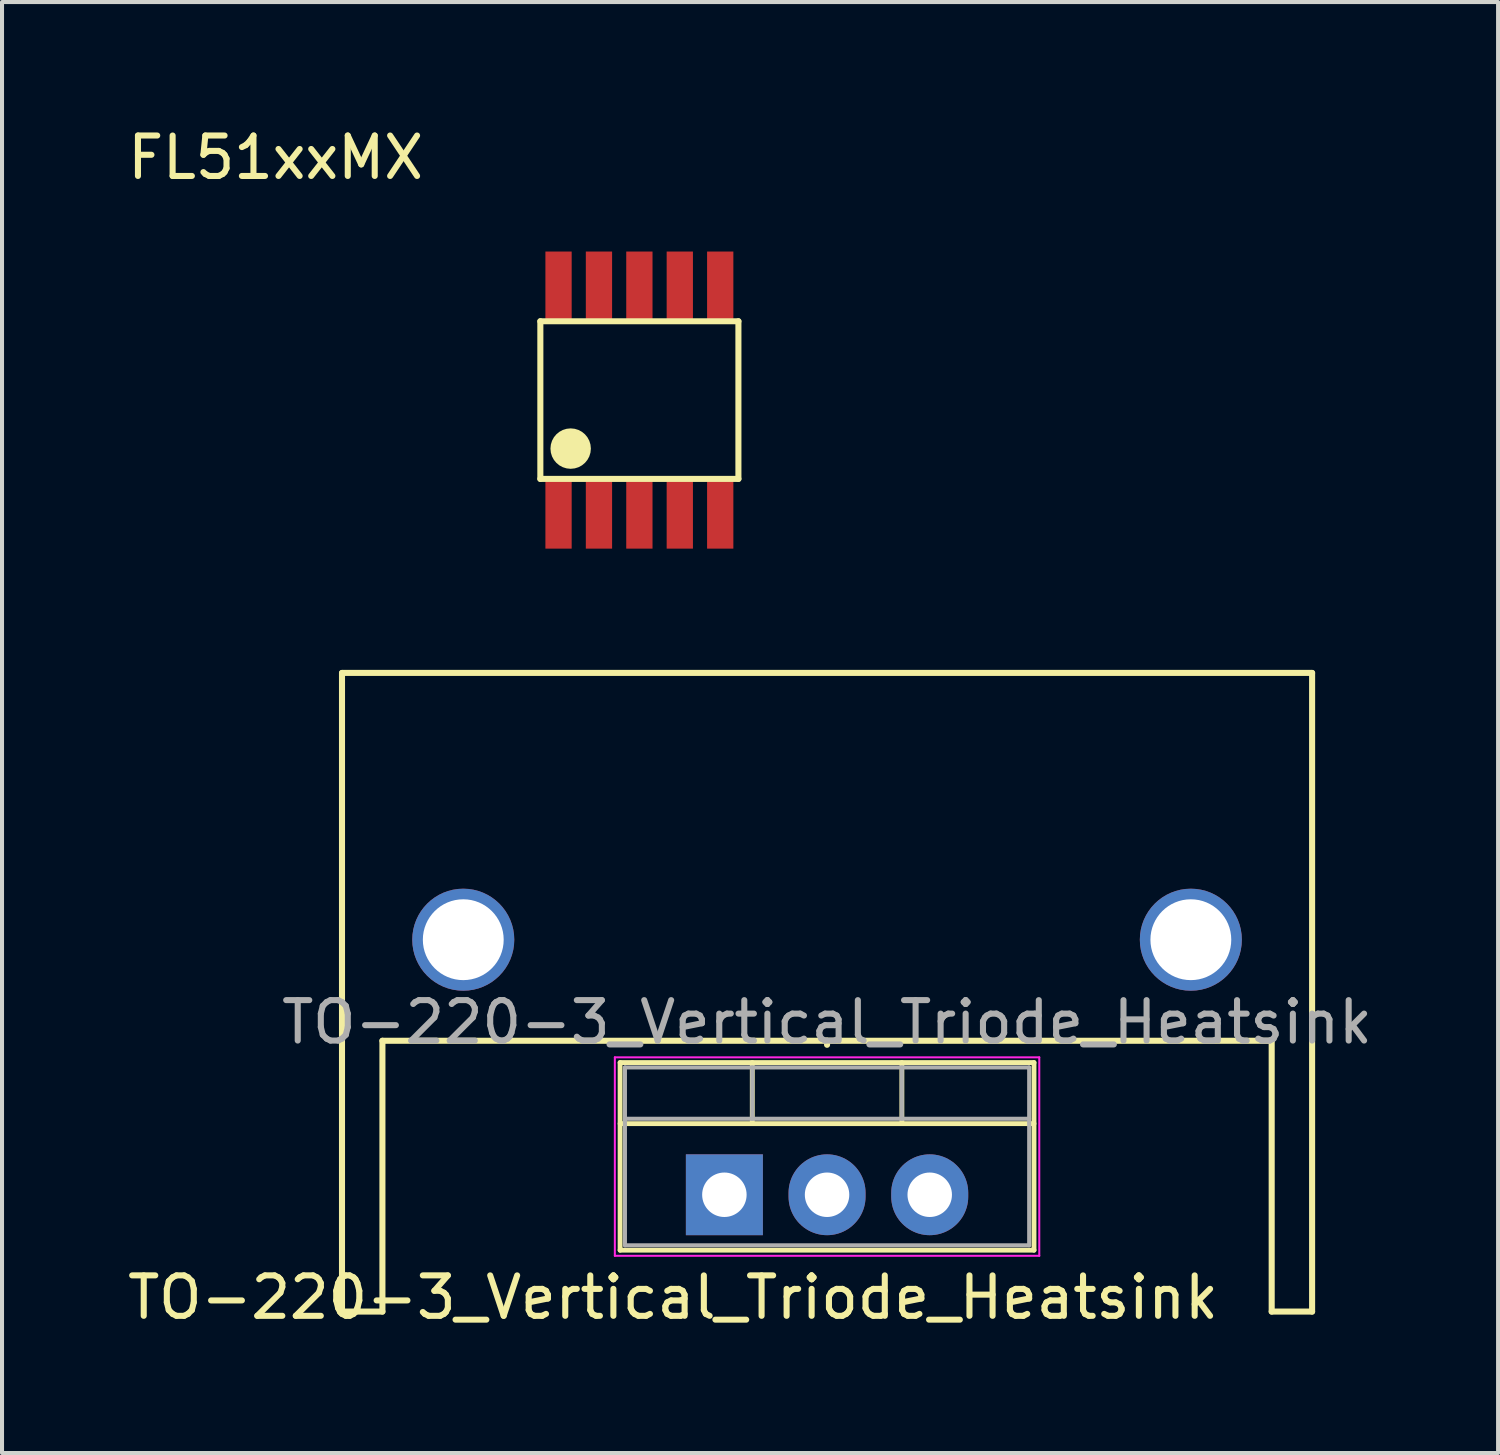
<source format=kicad_pcb>
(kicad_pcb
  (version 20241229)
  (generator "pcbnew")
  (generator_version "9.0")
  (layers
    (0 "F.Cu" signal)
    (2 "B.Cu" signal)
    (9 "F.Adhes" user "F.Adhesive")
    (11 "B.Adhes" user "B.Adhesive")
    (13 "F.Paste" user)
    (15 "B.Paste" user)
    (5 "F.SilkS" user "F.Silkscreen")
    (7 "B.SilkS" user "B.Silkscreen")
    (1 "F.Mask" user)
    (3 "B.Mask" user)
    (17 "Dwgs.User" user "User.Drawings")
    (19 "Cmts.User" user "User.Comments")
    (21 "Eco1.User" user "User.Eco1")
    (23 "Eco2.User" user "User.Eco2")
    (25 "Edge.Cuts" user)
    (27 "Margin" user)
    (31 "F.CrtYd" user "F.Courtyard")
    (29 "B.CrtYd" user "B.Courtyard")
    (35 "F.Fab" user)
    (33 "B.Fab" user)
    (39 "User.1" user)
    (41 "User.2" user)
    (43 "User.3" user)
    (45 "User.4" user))
  (footprint "TO-220-3_Vertical_Triode_Heatsink"
    (layer "F.Cu")
    (at 14.871 26.508)
    (property "Reference" "TO-220-3_Vertical_Triode_Heatsink" (at -1.27 2.54 0) (layer "F.SilkS") (effects (font (size 1 1) (thickness 0.15))))
    (attr through_hole)
    (fp_line (start -9.46 -12.91) (end -9.46 2.89) (stroke (width 0.15) (type solid)) (layer "F.SilkS"))
    (fp_line (start -9.46 2.89) (end -8.46 2.89) (stroke (width 0.15) (type solid)) (layer "F.SilkS"))
    (fp_line (start -8.46 2.89) (end -8.46 -3.81) (stroke (width 0.15) (type solid)) (layer "F.SilkS"))
    (fp_line (start -2.58 -3.27) (end -2.58 1.371) (stroke (width 0.12) (type solid)) (layer "F.SilkS"))
    (fp_line (start -2.58 -3.27) (end 7.66 -3.27) (stroke (width 0.12) (type solid)) (layer "F.SilkS"))
    (fp_line (start -2.58 -1.76) (end 7.66 -1.76) (stroke (width 0.12) (type solid)) (layer "F.SilkS"))
    (fp_line (start -2.58 1.371) (end 7.66 1.371) (stroke (width 0.12) (type solid)) (layer "F.SilkS"))
    (fp_line (start 0.69 -3.27) (end 0.69 -1.76) (stroke (width 0.12) (type solid)) (layer "F.SilkS"))
    (fp_line (start 2.54 -3.81) (end -8.46 -3.81) (stroke (width 0.15) (type solid)) (layer "F.SilkS"))
    (fp_line (start 2.54 -3.81) (end 13.54 -3.81) (stroke (width 0.15) (type solid)) (layer "F.SilkS"))
    (fp_line (start 2.54 -3.71) (end 2.54 -3.81) (stroke (width 0.15) (type solid)) (layer "F.SilkS"))
    (fp_line (start 4.391 -3.27) (end 4.391 -1.76) (stroke (width 0.12) (type solid)) (layer "F.SilkS"))
    (fp_line (start 7.66 -3.27) (end 7.66 1.371) (stroke (width 0.12) (type solid)) (layer "F.SilkS"))
    (fp_line (start 13.54 -3.81) (end 13.54 2.89) (stroke (width 0.15) (type solid)) (layer "F.SilkS"))
    (fp_line (start 13.54 2.89) (end 14.54 2.89) (stroke (width 0.15) (type solid)) (layer "F.SilkS"))
    (fp_line (start 14.54 -12.91) (end -9.46 -12.91) (stroke (width 0.15) (type solid)) (layer "F.SilkS"))
    (fp_line (start 14.54 2.89) (end 14.54 -12.91) (stroke (width 0.15) (type solid)) (layer "F.SilkS"))
    (fp_line (start -2.71 1.51) (end 7.79 1.51) (stroke (width 0.05) (type solid)) (layer "F.CrtYd"))
    (fp_line (start -2.71 -3.4) (end -2.71 1.51) (stroke (width 0.05) (type solid)) (layer "F.CrtYd"))
    (fp_line (start 7.79 -3.4) (end -2.71 -3.4) (stroke (width 0.05) (type solid)) (layer "F.CrtYd"))
    (fp_line (start 7.79 1.51) (end 7.79 -3.4) (stroke (width 0.05) (type solid)) (layer "F.CrtYd"))
    (fp_line (start -2.46 -3.15) (end -2.46 1.25) (stroke (width 0.1) (type solid)) (layer "F.Fab"))
    (fp_line (start -2.46 -1.88) (end 7.54 -1.88) (stroke (width 0.1) (type solid)) (layer "F.Fab"))
    (fp_line (start -2.46 1.25) (end 7.54 1.25) (stroke (width 0.1) (type solid)) (layer "F.Fab"))
    (fp_line (start 0.69 -3.15) (end 0.69 -1.88) (stroke (width 0.1) (type solid)) (layer "F.Fab"))
    (fp_line (start 4.39 -3.15) (end 4.39 -1.88) (stroke (width 0.1) (type solid)) (layer "F.Fab"))
    (fp_line (start 7.54 -3.15) (end -2.46 -3.15) (stroke (width 0.1) (type solid)) (layer "F.Fab"))
    (fp_line (start 7.54 1.25) (end 7.54 -3.15) (stroke (width 0.1) (type solid)) (layer "F.Fab"))
    (fp_text user "${REFERENCE}" (at 2.54 -4.27 0) (layer "F.Fab") (effects (font (size 1 1) (thickness 0.15))))
    (pad "1" thru_hole rect (at 0 0) (size 1.905 2) (drill 1.1) (layers "*.Cu" "*.Mask"))
    (pad "2" thru_hole oval (at 2.54 0) (size 1.905 2) (drill 1.1) (layers "*.Cu" "*.Mask"))
    (pad "3" thru_hole oval (at 5.08 0) (size 1.905 2) (drill 1.1) (layers "*.Cu" "*.Mask"))
    (pad "4" thru_hole circle (at -6.46 -6.31) (size 2.524 2.524) (drill 2) (layers "*.Cu" "*.Mask"))
    (pad "5" thru_hole circle (at 11.54 -6.31) (size 2.524 2.524) (drill 2) (layers "*.Cu" "*.Mask")))
  (footprint "FL51xxMX"
    (layer "F.Cu")
    (at 12.768 6.848)
    (property "Reference" "FL51xxMX" (at -9 -6 0) (layer "F.SilkS") (effects (font (size 1 1) (thickness 0.15))))
    (attr through_hole)
    (fp_line (start -2.45 -1.95) (end -2.45 1.95) (stroke (width 0.15) (type solid)) (layer "F.SilkS"))
    (fp_line (start -2.45 -1.95) (end 2.45 -1.95) (stroke (width 0.15) (type solid)) (layer "F.SilkS"))
    (fp_line (start -2.45 1.95) (end 2.45 1.95) (stroke (width 0.15) (type solid)) (layer "F.SilkS"))
    (fp_line (start 2.45 -1.95) (end 2.45 1.95) (stroke (width 0.15) (type solid)) (layer "F.SilkS"))
    (fp_circle (center -1.7 1.2) (end -1.45 1.2) (stroke (width 0.5) (type solid)) (fill no) (layer "F.SilkS"))
    (pad "1" smd rect (at -2 2.8) (size 0.65 1.75) (layers "F.Cu" "F.Mask" "F.Paste"))
    (pad "2" smd rect (at -1 2.8) (size 0.65 1.75) (layers "F.Cu" "F.Mask" "F.Paste"))
    (pad "3" smd rect (at 0 2.8) (size 0.65 1.75) (layers "F.Cu" "F.Mask" "F.Paste"))
    (pad "4" smd rect (at 1 2.8) (size 0.65 1.75) (layers "F.Cu" "F.Mask" "F.Paste"))
    (pad "5" smd rect (at 2 2.8) (size 0.65 1.75) (layers "F.Cu" "F.Mask" "F.Paste"))
    (pad "6" smd rect (at 2 -2.8) (size 0.65 1.75) (layers "F.Cu" "F.Mask" "F.Paste"))
    (pad "7" smd rect (at 1 -2.8) (size 0.65 1.75) (layers "F.Cu" "F.Mask" "F.Paste"))
    (pad "8" smd rect (at 0 -2.8) (size 0.65 1.75) (layers "F.Cu" "F.Mask" "F.Paste"))
    (pad "9" smd rect (at -1 -2.8) (size 0.65 1.75) (layers "F.Cu" "F.Mask" "F.Paste"))
    (pad "10" smd rect (at -2 -2.8) (size 0.65 1.75) (layers "F.Cu" "F.Mask" "F.Paste")))
  (gr_rect
    (start -3 -3)
    (end 34.012 32.897)
    (stroke (width 0.1) (type default))
    (fill no)
    (layer "Edge.Cuts")))
</source>
